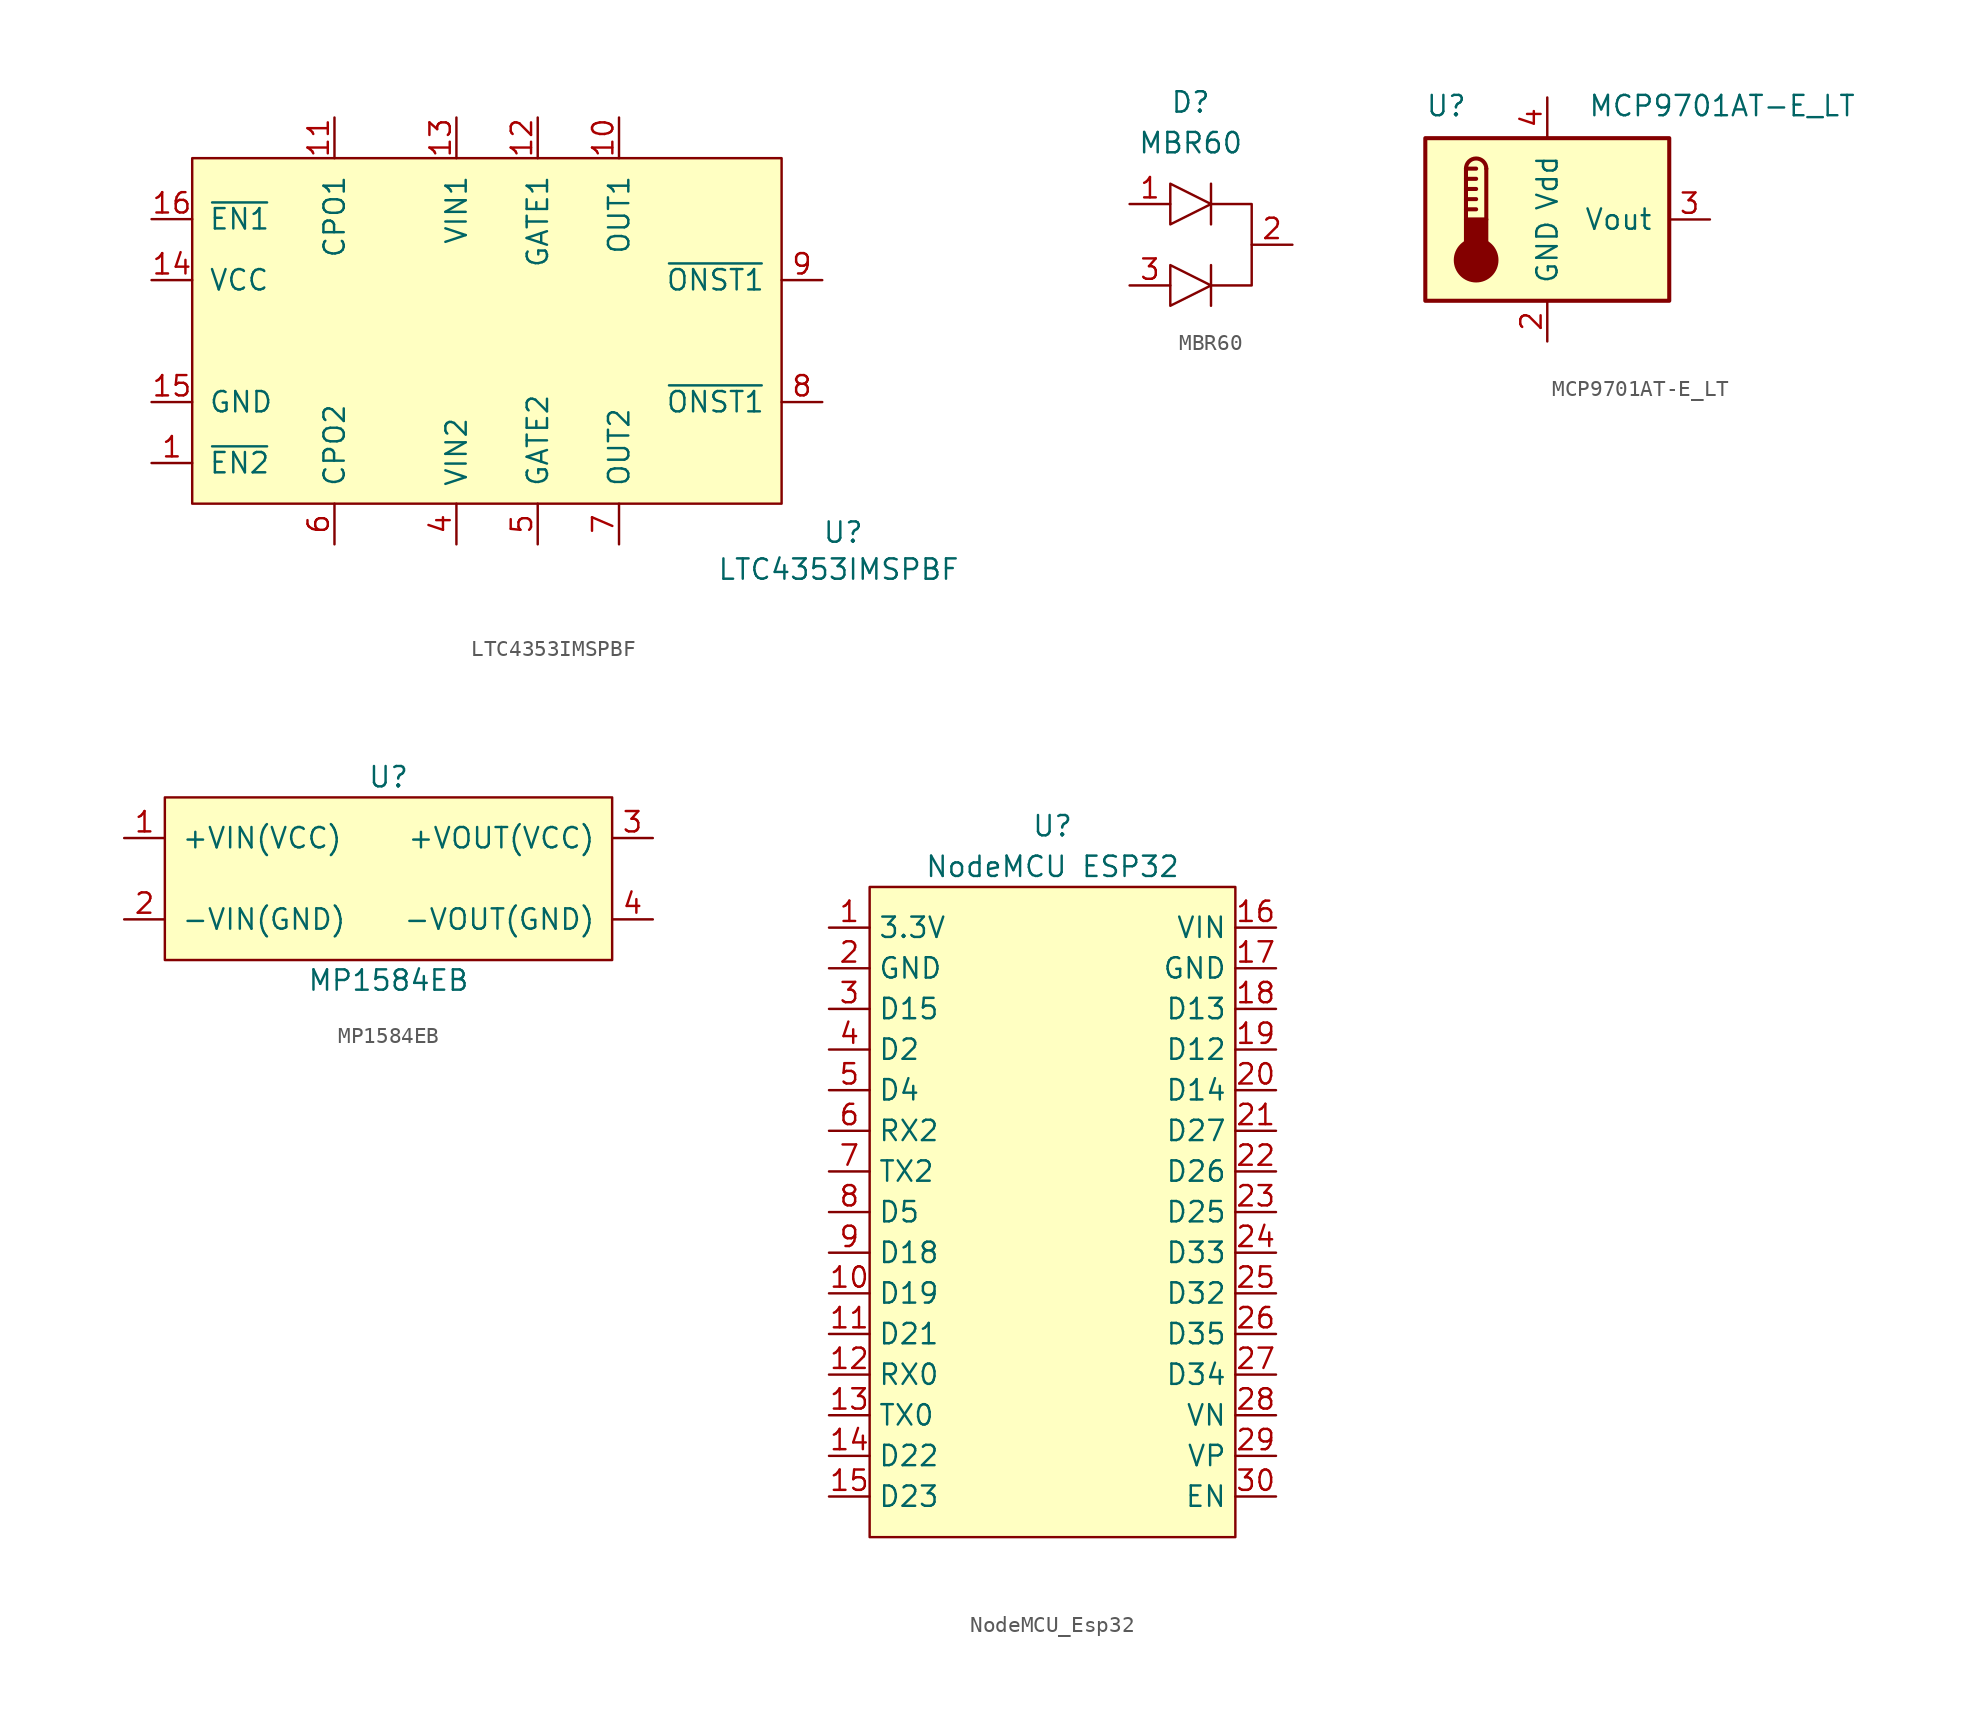
<source format=kicad_sym>
(kicad_symbol_lib
  (version 20220914)
  (generator kicad_symbol_editor)
  (symbol "LTC4353IMSPBF"
    (pin_names
      (offset 1.016))
    (property "Reference" "U"
      (at 20.32 -12.7 0)
      (effects (font (size 1.27 1.27)) (justify left bottom)))
    (property "Value" "LTC4353IMSPBF"
      (at 13.741 -15.011 0)
      (effects (font (size 1.27 1.27)) (justify left bottom)))
    (symbol "LTC4353IMSPBF_1_1"
      (rectangle (start -19.05 11.43) (end 17.78 -10.16) (stroke (width 0) (type default)) (fill (type background)))
      (pin input line (at -21.59 -7.62 0) (length 2.54) (name "~{EN2}" (effects (font (size 1.27 1.27)))) (number "1" (effects (font (size 1.27 1.27)))))
      (pin input line (at 7.62 13.97 270) (length 2.54) (name "OUT1" (effects (font (size 1.27 1.27)))) (number "10" (effects (font (size 1.27 1.27)))))
      (pin output line (at -10.16 13.97 270) (length 2.54) (name "CPO1" (effects (font (size 1.27 1.27)))) (number "11" (effects (font (size 1.27 1.27)))))
      (pin output line (at 2.54 13.97 270) (length 2.54) (name "GATE1" (effects (font (size 1.27 1.27)))) (number "12" (effects (font (size 1.27 1.27)))))
      (pin input line (at -2.54 13.97 270) (length 2.54) (name "VIN1" (effects (font (size 1.27 1.27)))) (number "13" (effects (font (size 1.27 1.27)))))
      (pin power_in line (at -21.59 3.81 0) (length 2.54) (name "VCC" (effects (font (size 1.27 1.27)))) (number "14" (effects (font (size 1.27 1.27)))))
      (pin passive line (at -21.59 -3.81 0) (length 2.54) (name "GND" (effects (font (size 1.27 1.27)))) (number "15" (effects (font (size 1.27 1.27)))))
      (pin input line (at -21.59 7.62 0) (length 2.54) (name "~{EN1}" (effects (font (size 1.27 1.27)))) (number "16" (effects (font (size 1.27 1.27)))))
      (pin input line (at -2.54 -12.7 90) (length 2.54) (name "VIN2" (effects (font (size 1.27 1.27)))) (number "4" (effects (font (size 1.27 1.27)))))
      (pin output line (at 2.54 -12.7 90) (length 2.54) (name "GATE2" (effects (font (size 1.27 1.27)))) (number "5" (effects (font (size 1.27 1.27)))))
      (pin output line (at -10.16 -12.7 90) (length 2.54) (name "CPO2" (effects (font (size 1.27 1.27)))) (number "6" (effects (font (size 1.27 1.27)))))
      (pin input line (at 7.62 -12.7 90) (length 2.54) (name "OUT2" (effects (font (size 1.27 1.27)))) (number "7" (effects (font (size 1.27 1.27)))))
      (pin output line (at 20.32 -3.81 180) (length 2.54) (name "~{ONST1}" (effects (font (size 1.27 1.27)))) (number "8" (effects (font (size 1.27 1.27)))))
      (pin output line (at 20.32 3.81 180) (length 2.54) (name "~{ONST1}" (effects (font (size 1.27 1.27)))) (number "9" (effects (font (size 1.27 1.27)))))))
  (symbol "MBR60"
    (pin_names
      (offset 1.016))
    (property "Reference" "D"
      (at 0 13.97 0)
      (effects (font (size 1.27 1.27))))
    (property "Value" "MBR60"
      (at 0 11.43 0)
      (effects (font (size 1.27 1.27))))
    (symbol "MBR60_0_1"
      (polyline (pts (xy 1.27 3.81) (xy 1.27 1.27)) (stroke (width 0) (type default)) (fill (type none)))
      (polyline (pts (xy 1.27 8.89) (xy 1.27 6.35)) (stroke (width 0) (type default)) (fill (type none)))
      (polyline (pts (xy -1.27 3.81) (xy -1.27 1.27) (xy 1.27 2.54) (xy -1.27 3.81)) (stroke (width 0) (type default)) (fill (type none)))
      (polyline (pts (xy -1.27 8.89) (xy -1.27 6.35) (xy 1.27 7.62) (xy -1.27 8.89)) (stroke (width 0) (type default)) (fill (type none)))
      (polyline (pts (xy 1.27 7.62) (xy 3.81 7.62) (xy 3.81 2.54) (xy 1.27 2.54)) (stroke (width 0) (type default)) (fill (type none))))
    (symbol "MBR60_1_1"
      (pin passive line (at -3.81 7.62 0) (length 2.54) (name "~" (effects (font (size 1.27 1.27)))) (number "1" (effects (font (size 1.27 1.27)))))
      (pin passive line (at 6.35 5.08 180) (length 2.54) (name "~" (effects (font (size 1.27 1.27)))) (number "2" (effects (font (size 1.27 1.27)))))
      (pin passive line (at -3.81 2.54 0) (length 2.54) (name "~" (effects (font (size 1.27 1.27)))) (number "3" (effects (font (size 1.27 1.27)))))))
  (symbol "MCP9701AT-E_LT"
    (pin_names
      (offset 1.016))
    (property "Reference" "U"
      (at -7.62 6.35 0)
      (effects (font (size 1.27 1.27)) (justify left bottom)))
    (property "Value" "MCP9701AT-E_LT"
      (at 2.54 6.35 0)
      (effects (font (size 1.27 1.27)) (justify left bottom)))
    (symbol "MCP9701AT-E_LT_1_1"
      (rectangle (start -7.62 5.08) (end 7.62 -5.08) (stroke (width 0.254) (type default)) (fill (type background)))
      (circle (center -4.445 -2.54) (radius 1.27) (stroke (width 0.254) (type default)) (fill (type outline)))
      (rectangle (start -3.81 -1.905) (end -5.08 0) (stroke (width 0.254) (type default)) (fill (type outline)))
      (arc (start -3.81 3.175) (mid -4.445 3.8073) (end -5.08 3.175) (stroke (width 0.254) (type default)) (fill (type none)))
      (polyline (pts (xy -5.08 0.635) (xy -4.445 0.635)) (stroke (width 0.254) (type default)) (fill (type none)))
      (polyline (pts (xy -5.08 1.27) (xy -4.445 1.27)) (stroke (width 0.254) (type default)) (fill (type none)))
      (polyline (pts (xy -5.08 1.905) (xy -4.445 1.905)) (stroke (width 0.254) (type default)) (fill (type none)))
      (polyline (pts (xy -5.08 2.54) (xy -4.445 2.54)) (stroke (width 0.254) (type default)) (fill (type none)))
      (polyline (pts (xy -5.08 3.175) (xy -5.08 0)) (stroke (width 0.254) (type default)) (fill (type none)))
      (polyline (pts (xy -5.08 3.175) (xy -4.445 3.175)) (stroke (width 0.254) (type default)) (fill (type none)))
      (polyline (pts (xy -3.81 3.175) (xy -3.81 0)) (stroke (width 0.254) (type default)) (fill (type none)))
      (pin no_connect line (at 10.16 -2.54 180) (length 2.54) hide (name "NC" (effects (font (size 1.27 1.27)))) (number "1" (effects (font (size 1.27 1.27)))))
      (pin power_in line (at 0 -7.62 90) (length 2.54) (name "GND" (effects (font (size 1.27 1.27)))) (number "2" (effects (font (size 1.27 1.27)))))
      (pin output line (at 10.16 0 180) (length 2.54) (name "Vout" (effects (font (size 1.27 1.27)))) (number "3" (effects (font (size 1.27 1.27)))))
      (pin power_in line (at 0 7.62 270) (length 2.54) (name "Vdd" (effects (font (size 1.27 1.27)))) (number "4" (effects (font (size 1.27 1.27)))))
      (pin no_connect line (at 10.16 2.54 180) (length 2.54) hide (name "NC" (effects (font (size 1.27 1.27)))) (number "5" (effects (font (size 1.27 1.27)))))))
  (symbol "MP1584EB"
    (pin_names
      (offset 1.016))
    (property "Reference" "U"
      (at 0 6.35 0)
      (effects (font (size 1.27 1.27))))
    (property "Value" "MP1584EB"
      (at 0 -6.35 0)
      (effects (font (size 1.27 1.27))))
    (symbol "MP1584EB_0_1"
      (rectangle (start 13.97 5.08) (end -13.97 -5.08) (stroke (width 0) (type default)) (fill (type background))))
    (symbol "MP1584EB_1_1"
      (pin power_in line (at -16.51 2.54 0) (length 2.54) (name "+VIN(VCC)" (effects (font (size 1.27 1.27)))) (number "1" (effects (font (size 1.27 1.27)))))
      (pin power_in line (at -16.51 -2.54 0) (length 2.54) (name "-VIN(GND)" (effects (font (size 1.27 1.27)))) (number "2" (effects (font (size 1.27 1.27)))))
      (pin power_out line (at 16.51 2.54 180) (length 2.54) (name "+VOUT(VCC)" (effects (font (size 1.27 1.27)))) (number "3" (effects (font (size 1.27 1.27)))))
      (pin power_out line (at 16.51 -2.54 180) (length 2.54) (name "-VOUT(GND)" (effects (font (size 1.27 1.27)))) (number "4" (effects (font (size 1.27 1.27)))))))
  (symbol "NodeMCU_Esp32"
    (property "Reference" "U"
      (at 0 24.13 0)
      (effects (font (size 1.27 1.27))))
    (property "Value" "NodeMCU ESP32"
      (at 0 21.59 0)
      (effects (font (size 1.27 1.27))))
    (symbol "NodeMCU_Esp32_1_1"
      (rectangle (start -11.43 20.32) (end 11.43 -20.32) (stroke (width 0) (type default)) (fill (type background)))
      (pin power_out line (at -13.97 17.78 0) (length 2.54) (name "3.3V" (effects (font (size 1.27 1.27)))) (number "1" (effects (font (size 1.27 1.27)))))
      (pin passive line (at -13.97 -5.08 0) (length 2.54) (name "D19" (effects (font (size 1.27 1.27)))) (number "10" (effects (font (size 1.27 1.27)))))
      (pin passive line (at -13.97 -7.62 0) (length 2.54) (name "D21" (effects (font (size 1.27 1.27)))) (number "11" (effects (font (size 1.27 1.27)))))
      (pin passive line (at -13.97 -10.16 0) (length 2.54) (name "RX0" (effects (font (size 1.27 1.27)))) (number "12" (effects (font (size 1.27 1.27)))))
      (pin passive line (at -13.97 -12.7 0) (length 2.54) (name "TX0" (effects (font (size 1.27 1.27)))) (number "13" (effects (font (size 1.27 1.27)))))
      (pin passive line (at -13.97 -15.24 0) (length 2.54) (name "D22" (effects (font (size 1.27 1.27)))) (number "14" (effects (font (size 1.27 1.27)))))
      (pin passive line (at -13.97 -17.78 0) (length 2.54) (name "D23" (effects (font (size 1.27 1.27)))) (number "15" (effects (font (size 1.27 1.27)))))
      (pin power_in line (at 13.97 17.78 180) (length 2.54) (name "VIN" (effects (font (size 1.27 1.27)))) (number "16" (effects (font (size 1.27 1.27)))))
      (pin passive line (at 13.97 15.24 180) (length 2.54) (name "GND" (effects (font (size 1.27 1.27)))) (number "17" (effects (font (size 1.27 1.27)))))
      (pin passive line (at 13.97 12.7 180) (length 2.54) (name "D13" (effects (font (size 1.27 1.27)))) (number "18" (effects (font (size 1.27 1.27)))))
      (pin passive line (at 13.97 10.16 180) (length 2.54) (name "D12" (effects (font (size 1.27 1.27)))) (number "19" (effects (font (size 1.27 1.27)))))
      (pin passive line (at -13.97 15.24 0) (length 2.54) (name "GND" (effects (font (size 1.27 1.27)))) (number "2" (effects (font (size 1.27 1.27)))))
      (pin passive line (at 13.97 7.62 180) (length 2.54) (name "D14" (effects (font (size 1.27 1.27)))) (number "20" (effects (font (size 1.27 1.27)))))
      (pin passive line (at 13.97 5.08 180) (length 2.54) (name "D27" (effects (font (size 1.27 1.27)))) (number "21" (effects (font (size 1.27 1.27)))))
      (pin passive line (at 13.97 2.54 180) (length 2.54) (name "D26" (effects (font (size 1.27 1.27)))) (number "22" (effects (font (size 1.27 1.27)))))
      (pin passive line (at 13.97 0 180) (length 2.54) (name "D25" (effects (font (size 1.27 1.27)))) (number "23" (effects (font (size 1.27 1.27)))))
      (pin passive line (at 13.97 -2.54 180) (length 2.54) (name "D33" (effects (font (size 1.27 1.27)))) (number "24" (effects (font (size 1.27 1.27)))))
      (pin passive line (at 13.97 -5.08 180) (length 2.54) (name "D32" (effects (font (size 1.27 1.27)))) (number "25" (effects (font (size 1.27 1.27)))))
      (pin passive line (at 13.97 -7.62 180) (length 2.54) (name "D35" (effects (font (size 1.27 1.27)))) (number "26" (effects (font (size 1.27 1.27)))))
      (pin passive line (at 13.97 -10.16 180) (length 2.54) (name "D34" (effects (font (size 1.27 1.27)))) (number "27" (effects (font (size 1.27 1.27)))))
      (pin passive line (at 13.97 -12.7 180) (length 2.54) (name "VN" (effects (font (size 1.27 1.27)))) (number "28" (effects (font (size 1.27 1.27)))))
      (pin passive line (at 13.97 -15.24 180) (length 2.54) (name "VP" (effects (font (size 1.27 1.27)))) (number "29" (effects (font (size 1.27 1.27)))))
      (pin passive line (at -13.97 12.7 0) (length 2.54) (name "D15" (effects (font (size 1.27 1.27)))) (number "3" (effects (font (size 1.27 1.27)))))
      (pin passive line (at 13.97 -17.78 180) (length 2.54) (name "EN" (effects (font (size 1.27 1.27)))) (number "30" (effects (font (size 1.27 1.27)))))
      (pin passive line (at -13.97 10.16 0) (length 2.54) (name "D2" (effects (font (size 1.27 1.27)))) (number "4" (effects (font (size 1.27 1.27)))))
      (pin passive line (at -13.97 7.62 0) (length 2.54) (name "D4" (effects (font (size 1.27 1.27)))) (number "5" (effects (font (size 1.27 1.27)))))
      (pin passive line (at -13.97 5.08 0) (length 2.54) (name "RX2" (effects (font (size 1.27 1.27)))) (number "6" (effects (font (size 1.27 1.27)))))
      (pin passive line (at -13.97 2.54 0) (length 2.54) (name "TX2" (effects (font (size 1.27 1.27)))) (number "7" (effects (font (size 1.27 1.27)))))
      (pin passive line (at -13.97 0 0) (length 2.54) (name "D5" (effects (font (size 1.27 1.27)))) (number "8" (effects (font (size 1.27 1.27)))))
      (pin passive line (at -13.97 -2.54 0) (length 2.54) (name "D18" (effects (font (size 1.27 1.27)))) (number "9" (effects (font (size 1.27 1.27))))))))
</source>
